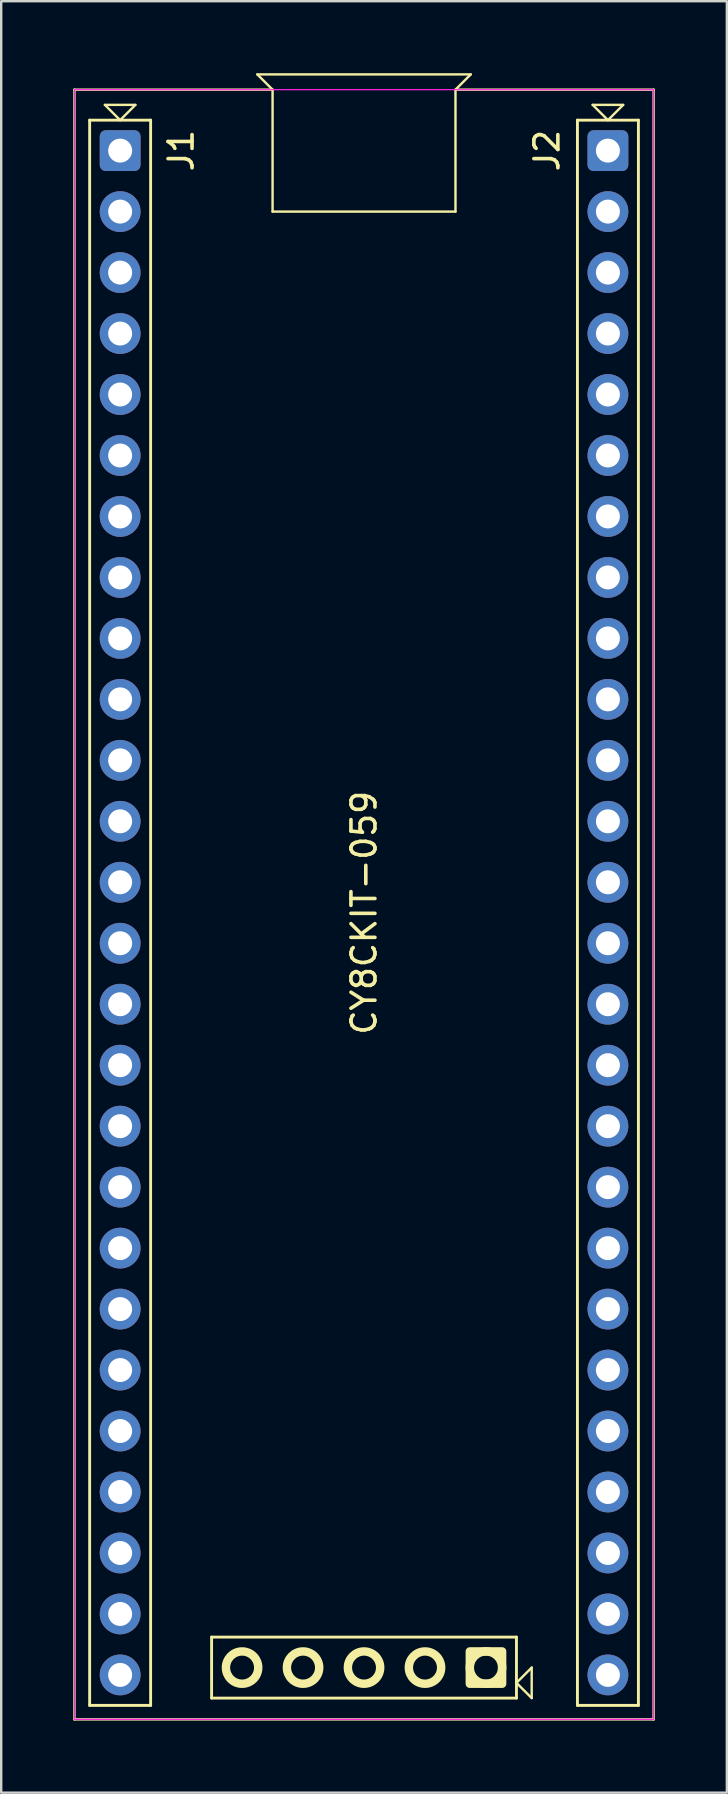
<source format=kicad_pcb>
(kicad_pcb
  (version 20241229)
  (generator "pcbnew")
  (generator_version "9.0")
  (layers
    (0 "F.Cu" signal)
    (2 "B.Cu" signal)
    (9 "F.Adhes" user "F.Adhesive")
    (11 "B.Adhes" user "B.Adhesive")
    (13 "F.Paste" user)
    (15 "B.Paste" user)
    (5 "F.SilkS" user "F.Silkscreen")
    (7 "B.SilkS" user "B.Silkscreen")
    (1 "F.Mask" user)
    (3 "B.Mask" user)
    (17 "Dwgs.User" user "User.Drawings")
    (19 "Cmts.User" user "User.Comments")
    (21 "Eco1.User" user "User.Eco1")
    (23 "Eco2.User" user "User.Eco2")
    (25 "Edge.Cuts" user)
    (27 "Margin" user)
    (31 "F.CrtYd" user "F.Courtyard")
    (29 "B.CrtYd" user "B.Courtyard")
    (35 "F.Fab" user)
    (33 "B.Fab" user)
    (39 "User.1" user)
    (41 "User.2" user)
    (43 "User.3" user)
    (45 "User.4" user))
  (footprint "CY8CKIT-059"
    (layer "F.Cu")
    (at 1.955 3.225)
    (property "Reference" "CY8CKIT-059" (at 10.16 31.75 90) (layer "F.SilkS") (effects (font (size 1 1) (thickness 0.15))))
    (attr board_only exclude_from_pos_files exclude_from_bom allow_missing_courtyard dnp)
    (fp_line (start -1.905 -2.54) (end -1.905 65.354) (stroke (width 0.1) (type default)) (layer "F.SilkS"))
    (fp_line (start -1.905 -2.54) (end 6.35 -2.54) (stroke (width 0.1) (type default)) (layer "F.SilkS"))
    (fp_line (start -1.905 65.354) (end 22.225 65.354) (stroke (width 0.1) (type default)) (layer "F.SilkS"))
    (fp_line (start -1.27 -1.27) (end -1.27 64.77) (stroke (width 0.12) (type solid)) (layer "F.SilkS"))
    (fp_line (start -1.27 -1.27) (end 1.27 -1.27) (stroke (width 0.12) (type solid)) (layer "F.SilkS"))
    (fp_line (start -1.27 64.77) (end 1.27 64.77) (stroke (width 0.12) (type solid)) (layer "F.SilkS"))
    (fp_line (start -0.635 -1.905) (end 0.635 -1.905) (stroke (width 0.1) (type default)) (layer "F.SilkS"))
    (fp_line (start 0 -1.27) (end -0.635 -1.905) (stroke (width 0.1) (type default)) (layer "F.SilkS"))
    (fp_line (start 0.635 -1.905) (end 0 -1.27) (stroke (width 0.1) (type default)) (layer "F.SilkS"))
    (fp_line (start 1.27 -1.27) (end 1.27 64.77) (stroke (width 0.12) (type solid)) (layer "F.SilkS"))
    (fp_line (start 3.81 61.925) (end 3.81 64.465) (stroke (width 0.12) (type solid)) (layer "F.SilkS"))
    (fp_line (start 5.715 -3.175) (end 6.35 -2.54) (stroke (width 0.1) (type default)) (layer "F.SilkS"))
    (fp_line (start 5.715 -3.175) (end 14.605 -3.175) (stroke (width 0.1) (type default)) (layer "F.SilkS"))
    (fp_line (start 6.35 2.54) (end 6.35 -2.54) (stroke (width 0.1) (type default)) (layer "F.SilkS"))
    (fp_line (start 13.97 -2.54) (end 13.97 2.54) (stroke (width 0.1) (type default)) (layer "F.SilkS"))
    (fp_line (start 13.97 -2.54) (end 22.225 -2.54) (stroke (width 0.1) (type default)) (layer "F.SilkS"))
    (fp_line (start 13.97 2.54) (end 6.35 2.54) (stroke (width 0.1) (type default)) (layer "F.SilkS"))
    (fp_line (start 14.605 -3.175) (end 13.97 -2.54) (stroke (width 0.1) (type default)) (layer "F.SilkS"))
    (fp_line (start 16.51 61.925) (end 3.81 61.925) (stroke (width 0.12) (type solid)) (layer "F.SilkS"))
    (fp_line (start 16.51 61.925) (end 16.51 64.465) (stroke (width 0.12) (type solid)) (layer "F.SilkS"))
    (fp_line (start 16.51 64.465) (end 3.81 64.465) (stroke (width 0.12) (type solid)) (layer "F.SilkS"))
    (fp_line (start 16.51 63.83) (end 17.145 63.195) (stroke (width 0.1) (type default)) (layer "F.SilkS"))
    (fp_line (start 17.145 63.195) (end 17.145 64.465) (stroke (width 0.1) (type default)) (layer "F.SilkS"))
    (fp_line (start 17.145 64.465) (end 16.51 63.83) (stroke (width 0.1) (type default)) (layer "F.SilkS"))
    (fp_line (start 19.05 -1.27) (end 19.05 64.77) (stroke (width 0.12) (type solid)) (layer "F.SilkS"))
    (fp_line (start 19.05 -1.27) (end 21.59 -1.27) (stroke (width 0.12) (type solid)) (layer "F.SilkS"))
    (fp_line (start 19.05 64.77) (end 21.59 64.77) (stroke (width 0.12) (type solid)) (layer "F.SilkS"))
    (fp_line (start 19.685 -1.905) (end 20.955 -1.905) (stroke (width 0.1) (type default)) (layer "F.SilkS"))
    (fp_line (start 20.32 -1.27) (end 19.685 -1.905) (stroke (width 0.1) (type default)) (layer "F.SilkS"))
    (fp_line (start 20.955 -1.905) (end 20.32 -1.27) (stroke (width 0.1) (type default)) (layer "F.SilkS"))
    (fp_line (start 21.59 -1.27) (end 21.59 64.77) (stroke (width 0.12) (type solid)) (layer "F.SilkS"))
    (fp_line (start 22.225 65.354) (end 22.225 -2.54) (stroke (width 0.1) (type default)) (layer "F.SilkS"))
    (fp_rect (start 14.567 62.522) (end 15.913 63.868) (stroke (width 0.351) (type default)) (fill no) (layer "F.SilkS"))
    (fp_circle (center 5.08 63.195) (end 5.753 63.195) (stroke (width 0.351) (type default)) (fill no) (layer "F.SilkS"))
    (fp_circle (center 7.62 63.195) (end 8.293 63.195) (stroke (width 0.351) (type default)) (fill no) (layer "F.SilkS"))
    (fp_circle (center 10.16 63.195) (end 10.833 63.195) (stroke (width 0.351) (type default)) (fill no) (layer "F.SilkS"))
    (fp_circle (center 12.7 63.195) (end 13.373 63.195) (stroke (width 0.351) (type default)) (fill no) (layer "F.SilkS"))
    (fp_circle (center 15.24 63.195) (end 15.913 63.195) (stroke (width 0.351) (type default)) (fill no) (layer "F.SilkS"))
    (fp_line (start -1.905 -2.54) (end -1.905 65.354) (stroke (width 0.05) (type solid)) (layer "F.CrtYd"))
    (fp_line (start -1.905 65.354) (end 22.225 65.354) (stroke (width 0.05) (type solid)) (layer "F.CrtYd"))
    (fp_line (start 22.225 -2.54) (end -1.905 -2.54) (stroke (width 0.05) (type solid)) (layer "F.CrtYd"))
    (fp_line (start 22.225 65.354) (end 22.225 -2.54) (stroke (width 0.05) (type solid)) (layer "F.CrtYd"))
    (fp_text user "J2" (at 17.78 0 90) (unlocked yes) (layer "F.SilkS") (effects (font (size 1 1) (thickness 0.15))))
    (fp_text user "J1" (at 2.54 0 90) (unlocked yes) (layer "F.SilkS") (effects (font (size 1 1) (thickness 0.15))))
    (pad "J1_1" thru_hole roundrect (at 0 0) (size 1.7 1.7) (drill 1) (layers "*.Cu" "*.Mask") (roundrect_rratio 0.147))
    (pad "J1_2" thru_hole oval (at 0 2.54) (size 1.7 1.7) (drill 1) (layers "*.Cu" "*.Mask"))
    (pad "J1_3" thru_hole oval (at 0 5.08) (size 1.7 1.7) (drill 1) (layers "*.Cu" "*.Mask"))
    (pad "J1_4" thru_hole oval (at 0 7.62) (size 1.7 1.7) (drill 1) (layers "*.Cu" "*.Mask"))
    (pad "J1_5" thru_hole oval (at 0 10.16) (size 1.7 1.7) (drill 1) (layers "*.Cu" "*.Mask"))
    (pad "J1_6" thru_hole oval (at 0 12.7) (size 1.7 1.7) (drill 1) (layers "*.Cu" "*.Mask"))
    (pad "J1_7" thru_hole oval (at 0 15.24) (size 1.7 1.7) (drill 1) (layers "*.Cu" "*.Mask"))
    (pad "J1_8" thru_hole oval (at 0 17.78) (size 1.7 1.7) (drill 1) (layers "*.Cu" "*.Mask"))
    (pad "J1_9" thru_hole oval (at 0 20.32) (size 1.7 1.7) (drill 1) (layers "*.Cu" "*.Mask"))
    (pad "J1_10" thru_hole oval (at 0 22.86) (size 1.7 1.7) (drill 1) (layers "*.Cu" "*.Mask"))
    (pad "J1_11" thru_hole oval (at 0 25.4) (size 1.7 1.7) (drill 1) (layers "*.Cu" "*.Mask"))
    (pad "J1_12" thru_hole oval (at 0 27.94) (size 1.7 1.7) (drill 1) (layers "*.Cu" "*.Mask"))
    (pad "J1_13" thru_hole oval (at 0 30.48) (size 1.7 1.7) (drill 1) (layers "*.Cu" "*.Mask"))
    (pad "J1_14" thru_hole oval (at 0 33.02) (size 1.7 1.7) (drill 1) (layers "*.Cu" "*.Mask"))
    (pad "J1_15" thru_hole oval (at 0 35.56) (size 1.7 1.7) (drill 1) (layers "*.Cu" "*.Mask"))
    (pad "J1_16" thru_hole oval (at 0 38.1) (size 1.7 1.7) (drill 1) (layers "*.Cu" "*.Mask"))
    (pad "J1_17" thru_hole oval (at 0 40.64) (size 1.7 1.7) (drill 1) (layers "*.Cu" "*.Mask"))
    (pad "J1_18" thru_hole oval (at 0 43.18) (size 1.7 1.7) (drill 1) (layers "*.Cu" "*.Mask"))
    (pad "J1_19" thru_hole oval (at 0 45.72) (size 1.7 1.7) (drill 1) (layers "*.Cu" "*.Mask"))
    (pad "J1_20" thru_hole oval (at 0 48.26) (size 1.7 1.7) (drill 1) (layers "*.Cu" "*.Mask"))
    (pad "J1_21" thru_hole oval (at 0 50.8) (size 1.7 1.7) (drill 1) (layers "*.Cu" "*.Mask"))
    (pad "J1_22" thru_hole oval (at 0 53.34) (size 1.7 1.7) (drill 1) (layers "*.Cu" "*.Mask"))
    (pad "J1_23" thru_hole oval (at 0 55.88) (size 1.7 1.7) (drill 1) (layers "*.Cu" "*.Mask"))
    (pad "J1_24" thru_hole oval (at 0 58.42) (size 1.7 1.7) (drill 1) (layers "*.Cu" "*.Mask"))
    (pad "J1_25" thru_hole oval (at 0 60.96) (size 1.7 1.7) (drill 1) (layers "*.Cu" "*.Mask"))
    (pad "J1_26" thru_hole oval (at 0 63.5) (size 1.7 1.7) (drill 1) (layers "*.Cu" "*.Mask"))
    (pad "J2_1" thru_hole roundrect (at 20.32 0) (size 1.7 1.7) (drill 1) (layers "*.Cu" "*.Mask") (roundrect_rratio 0.147))
    (pad "J2_2" thru_hole oval (at 20.32 2.54) (size 1.7 1.7) (drill 1) (layers "*.Cu" "*.Mask"))
    (pad "J2_3" thru_hole oval (at 20.32 5.08) (size 1.7 1.7) (drill 1) (layers "*.Cu" "*.Mask"))
    (pad "J2_4" thru_hole oval (at 20.32 7.62) (size 1.7 1.7) (drill 1) (layers "*.Cu" "*.Mask"))
    (pad "J2_5" thru_hole oval (at 20.32 10.16) (size 1.7 1.7) (drill 1) (layers "*.Cu" "*.Mask"))
    (pad "J2_6" thru_hole oval (at 20.32 12.7) (size 1.7 1.7) (drill 1) (layers "*.Cu" "*.Mask"))
    (pad "J2_7" thru_hole oval (at 20.32 15.24) (size 1.7 1.7) (drill 1) (layers "*.Cu" "*.Mask"))
    (pad "J2_8" thru_hole oval (at 20.32 17.78) (size 1.7 1.7) (drill 1) (layers "*.Cu" "*.Mask"))
    (pad "J2_9" thru_hole oval (at 20.32 20.32) (size 1.7 1.7) (drill 1) (layers "*.Cu" "*.Mask"))
    (pad "J2_10" thru_hole oval (at 20.32 22.86) (size 1.7 1.7) (drill 1) (layers "*.Cu" "*.Mask"))
    (pad "J2_11" thru_hole oval (at 20.32 25.4) (size 1.7 1.7) (drill 1) (layers "*.Cu" "*.Mask"))
    (pad "J2_12" thru_hole oval (at 20.32 27.94) (size 1.7 1.7) (drill 1) (layers "*.Cu" "*.Mask"))
    (pad "J2_13" thru_hole oval (at 20.32 30.48) (size 1.7 1.7) (drill 1) (layers "*.Cu" "*.Mask"))
    (pad "J2_14" thru_hole oval (at 20.32 33.02) (size 1.7 1.7) (drill 1) (layers "*.Cu" "*.Mask"))
    (pad "J2_15" thru_hole oval (at 20.32 35.56) (size 1.7 1.7) (drill 1) (layers "*.Cu" "*.Mask"))
    (pad "J2_16" thru_hole oval (at 20.32 38.1) (size 1.7 1.7) (drill 1) (layers "*.Cu" "*.Mask"))
    (pad "J2_17" thru_hole oval (at 20.32 40.64) (size 1.7 1.7) (drill 1) (layers "*.Cu" "*.Mask"))
    (pad "J2_18" thru_hole oval (at 20.32 43.18) (size 1.7 1.7) (drill 1) (layers "*.Cu" "*.Mask"))
    (pad "J2_19" thru_hole oval (at 20.32 45.72) (size 1.7 1.7) (drill 1) (layers "*.Cu" "*.Mask"))
    (pad "J2_20" thru_hole oval (at 20.32 48.26) (size 1.7 1.7) (drill 1) (layers "*.Cu" "*.Mask"))
    (pad "J2_21" thru_hole oval (at 20.32 50.8) (size 1.7 1.7) (drill 1) (layers "*.Cu" "*.Mask"))
    (pad "J2_22" thru_hole oval (at 20.32 53.34) (size 1.7 1.7) (drill 1) (layers "*.Cu" "*.Mask"))
    (pad "J2_23" thru_hole oval (at 20.32 55.88) (size 1.7 1.7) (drill 1) (layers "*.Cu" "*.Mask"))
    (pad "J2_24" thru_hole oval (at 20.32 58.42) (size 1.7 1.7) (drill 1) (layers "*.Cu" "*.Mask"))
    (pad "J2_25" thru_hole oval (at 20.32 60.96) (size 1.7 1.7) (drill 1) (layers "*.Cu" "*.Mask"))
    (pad "J2_26" thru_hole oval (at 20.32 63.5) (size 1.7 1.7) (drill 1) (layers "*.Cu" "*.Mask")))
  (gr_rect
    (start -3 -3)
    (end 27.23 71.629)
    (stroke (width 0.1) (type default))
    (fill no)
    (layer "Edge.Cuts")))
</source>
